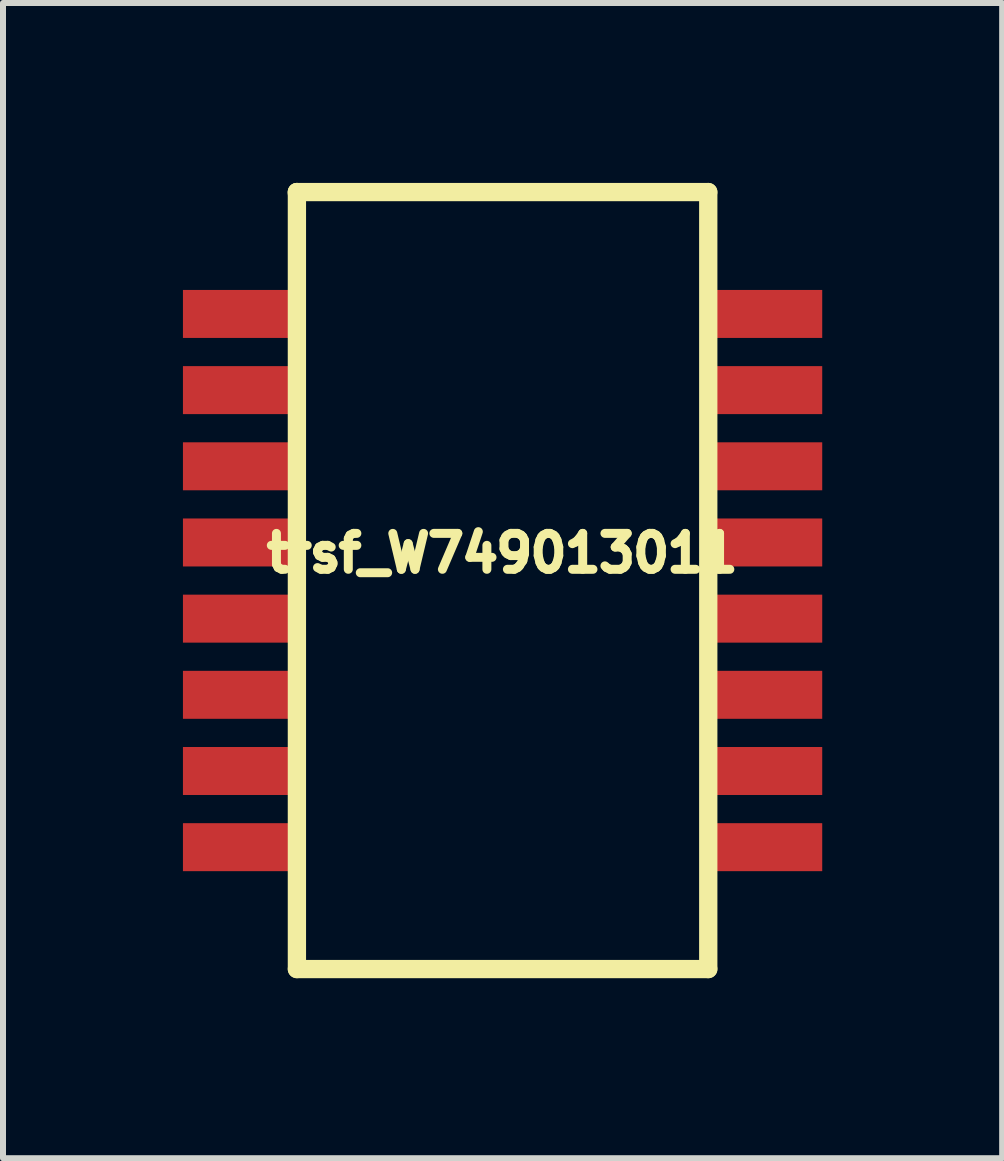
<source format=kicad_pcb>
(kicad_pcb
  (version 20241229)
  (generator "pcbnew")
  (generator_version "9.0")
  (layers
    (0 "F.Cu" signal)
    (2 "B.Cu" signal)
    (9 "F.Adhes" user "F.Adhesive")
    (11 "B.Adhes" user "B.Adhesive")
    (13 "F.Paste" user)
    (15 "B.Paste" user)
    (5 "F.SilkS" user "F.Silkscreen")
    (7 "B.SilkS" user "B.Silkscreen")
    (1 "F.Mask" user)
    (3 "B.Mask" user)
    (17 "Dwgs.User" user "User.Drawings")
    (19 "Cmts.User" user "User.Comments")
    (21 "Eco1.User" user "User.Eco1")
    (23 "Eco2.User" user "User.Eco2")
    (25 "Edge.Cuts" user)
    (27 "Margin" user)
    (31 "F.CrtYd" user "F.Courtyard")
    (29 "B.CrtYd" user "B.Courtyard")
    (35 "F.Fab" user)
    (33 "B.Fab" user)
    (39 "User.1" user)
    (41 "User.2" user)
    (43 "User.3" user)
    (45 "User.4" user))
  (footprint "trsf_W749013011"
    (layer "F.Cu")
    (at 5.329 6.629)
    (property "Reference" "trsf_W749013011" (at -0.005 -0.457 0) (layer "F.SilkS") (effects (font (size 0.599 0.599) (thickness 0.15))))
    (attr through_hole)
    (fp_line (start -3.429 -6.477) (end -3.429 -6.452) (stroke (width 0.305) (type solid)) (layer "F.SilkS"))
    (fp_line (start -3.429 -6.477) (end 3.429 -6.477) (stroke (width 0.305) (type solid)) (layer "F.SilkS"))
    (fp_line (start -3.429 6.477) (end -3.429 -6.477) (stroke (width 0.305) (type solid)) (layer "F.SilkS"))
    (fp_line (start 3.429 -6.477) (end 3.429 6.477) (stroke (width 0.305) (type solid)) (layer "F.SilkS"))
    (fp_line (start 3.429 6.477) (end -3.429 6.477) (stroke (width 0.305) (type solid)) (layer "F.SilkS"))
    (pad "1" smd rect (at -4.379 -4.445) (size 1.9 0.8) (layers "F.Cu" "F.Mask" "F.Paste"))
    (pad "2" smd rect (at -4.379 -3.175) (size 1.9 0.8) (layers "F.Cu" "F.Mask" "F.Paste"))
    (pad "3" smd rect (at -4.379 -1.905) (size 1.9 0.8) (layers "F.Cu" "F.Mask" "F.Paste"))
    (pad "4" smd rect (at -4.379 -0.635) (size 1.9 0.8) (layers "F.Cu" "F.Mask" "F.Paste"))
    (pad "5" smd rect (at -4.379 0.635) (size 1.9 0.8) (layers "F.Cu" "F.Mask" "F.Paste"))
    (pad "6" smd rect (at -4.379 1.905) (size 1.9 0.8) (layers "F.Cu" "F.Mask" "F.Paste"))
    (pad "7" smd rect (at -4.379 3.175) (size 1.9 0.8) (layers "F.Cu" "F.Mask" "F.Paste"))
    (pad "8" smd rect (at -4.379 4.445) (size 1.9 0.8) (layers "F.Cu" "F.Mask" "F.Paste"))
    (pad "9" smd rect (at 4.379 4.445) (size 1.9 0.8) (layers "F.Cu" "F.Mask" "F.Paste"))
    (pad "10" smd rect (at 4.379 3.175) (size 1.9 0.8) (layers "F.Cu" "F.Mask" "F.Paste"))
    (pad "11" smd rect (at 4.379 1.905) (size 1.9 0.8) (layers "F.Cu" "F.Mask" "F.Paste"))
    (pad "12" smd rect (at 4.379 0.635) (size 1.9 0.8) (layers "F.Cu" "F.Mask" "F.Paste"))
    (pad "13" smd rect (at 4.379 -0.635) (size 1.9 0.8) (layers "F.Cu" "F.Mask" "F.Paste"))
    (pad "14" smd rect (at 4.379 -1.905) (size 1.9 0.8) (layers "F.Cu" "F.Mask" "F.Paste"))
    (pad "15" smd rect (at 4.379 -3.175) (size 1.9 0.8) (layers "F.Cu" "F.Mask" "F.Paste"))
    (pad "16" smd rect (at 4.379 -4.445) (size 1.9 0.8) (layers "F.Cu" "F.Mask" "F.Paste")))
  (gr_rect
    (start -3 -3)
    (end 13.658 16.259)
    (stroke (width 0.1) (type default))
    (fill no)
    (layer "Edge.Cuts")))
</source>
